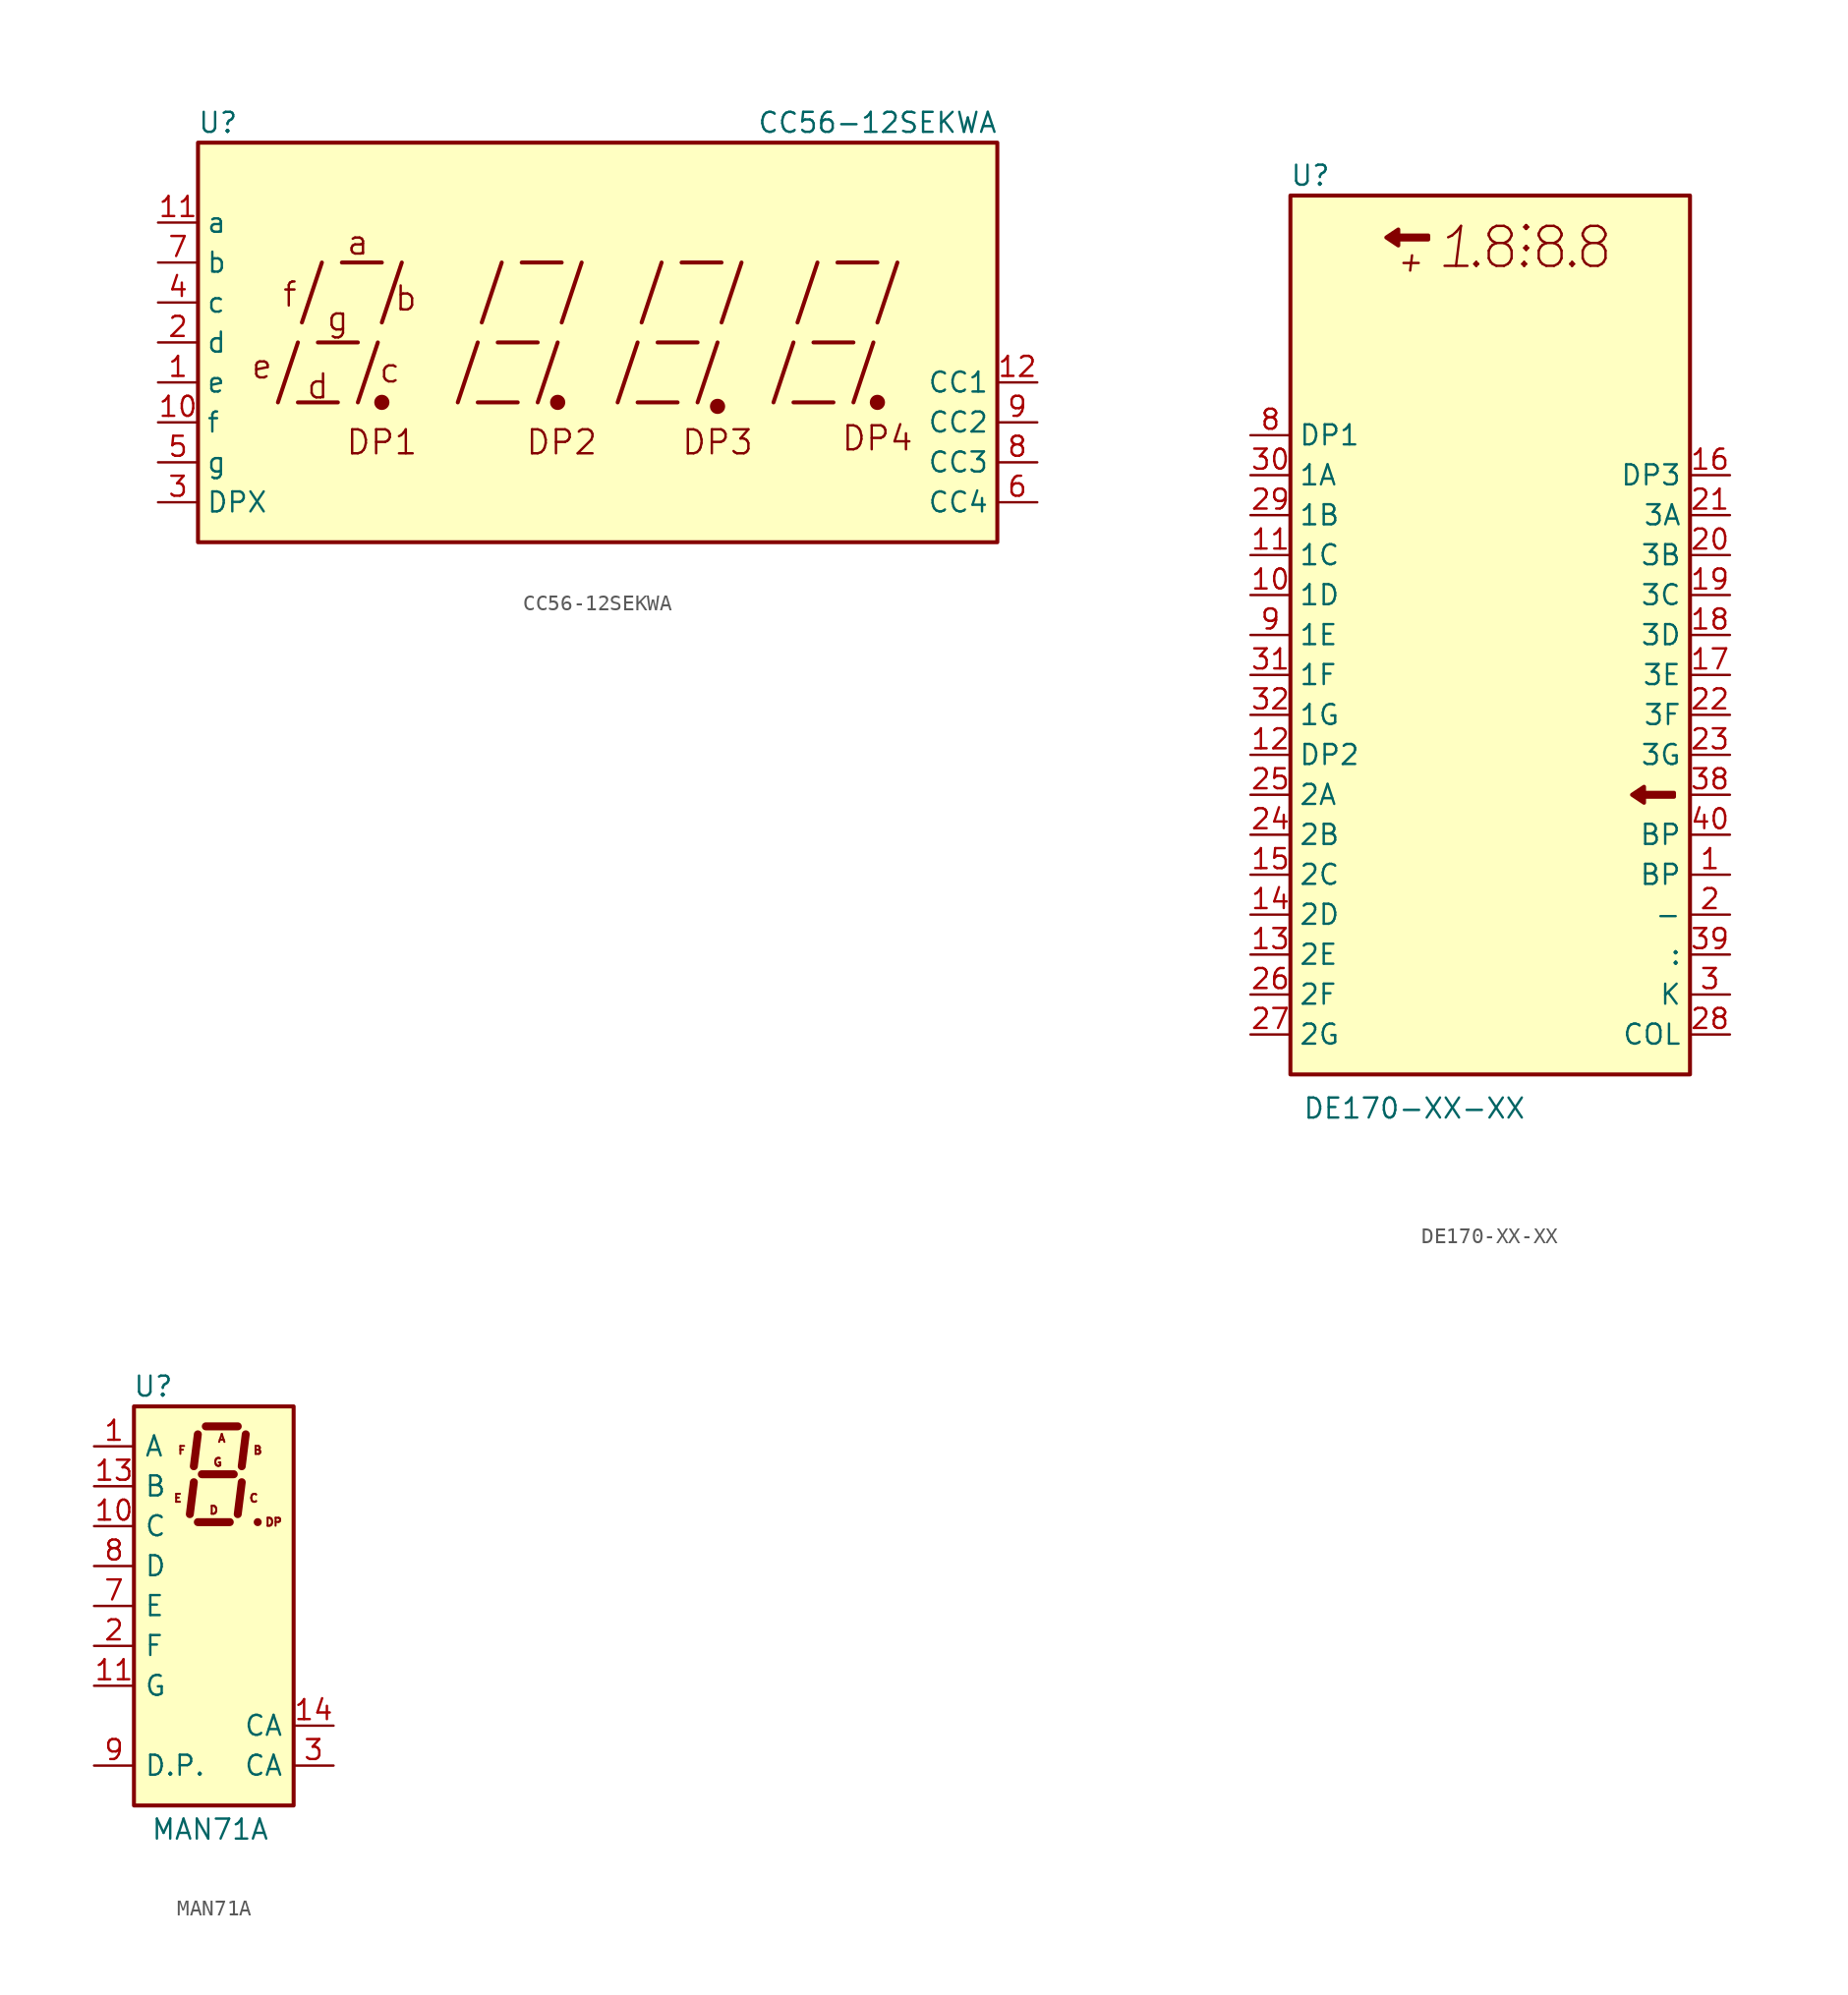
<source format=kicad_sym>
(kicad_symbol_lib
  (version 20200908)
  (generator kicad_symbol_editor)
  (symbol "Display_Character:CC56-12SEKWA"
    (property "Reference" "U"
      (at -24.13 13.97 0)
      (effects (font (size 1.27 1.27))))
    (property "Value" "CC56-12SEKWA"
      (at 17.78 13.97 0)
      (effects (font (size 1.27 1.27))))
    (symbol "CC56-12SEKWA_1_0"
      (circle (center 7.62 -4.064) (radius 0.356) (stroke (width 0.254)) (fill (type outline)))
      (circle (center 17.78 -3.81) (radius 0.356) (stroke (width 0.254)) (fill (type outline))))
    (symbol "CC56-12SEKWA_0_1"
      (circle (center -13.716 -3.81) (radius 0.356) (stroke (width 0.254)) (fill (type outline)))
      (circle (center -2.54 -3.81) (radius 0.356) (stroke (width 0.254)) (fill (type outline))))
    (symbol "CC56-12SEKWA_0_0"
      (text "a" (at -15.24 6.35 0) (effects (font (size 1.524 1.524))))
      (text "b" (at -12.192 2.794 0) (effects (font (size 1.524 1.524))))
      (text "c" (at -13.208 -1.778 0) (effects (font (size 1.524 1.524))))
      (text "d" (at -17.78 -2.794 0) (effects (font (size 1.524 1.524))))
      (text "DP1" (at -13.716 -6.35 0) (effects (font (size 1.524 1.524))))
      (text "DP2" (at -2.286 -6.35 0) (effects (font (size 1.524 1.524))))
      (text "DP3" (at 7.62 -6.35 0) (effects (font (size 1.524 1.524))))
      (text "DP4" (at 17.78 -6.096 0) (effects (font (size 1.524 1.524))))
      (text "e" (at -21.336 -1.524 0) (effects (font (size 1.524 1.524))))
      (text "f" (at -19.558 3.048 0) (effects (font (size 1.524 1.524))))
      (text "g" (at -16.51 1.524 0) (effects (font (size 1.524 1.524))))
      (rectangle (start -25.4 12.7) (end 25.4 -12.7) (stroke (width 0.254)) (fill (type background)))
      (polyline (pts (xy -20.32 -3.81) (xy -19.05 0)) (stroke (width 0.254)) (fill (type none)))
      (polyline (pts (xy -19.05 -3.81) (xy -16.51 -3.81)) (stroke (width 0.254)) (fill (type none)))
      (polyline (pts (xy -18.796 1.27) (xy -17.526 5.08)) (stroke (width 0.254)) (fill (type none)))
      (polyline (pts (xy -17.78 0) (xy -15.24 0)) (stroke (width 0.254)) (fill (type none)))
      (polyline (pts (xy -16.256 5.08) (xy -13.716 5.08)) (stroke (width 0.254)) (fill (type none)))
      (polyline (pts (xy -15.24 -3.81) (xy -13.97 0)) (stroke (width 0.254)) (fill (type none)))
      (polyline (pts (xy -13.716 1.27) (xy -12.446 5.08)) (stroke (width 0.254)) (fill (type none)))
      (polyline (pts (xy -8.89 -3.81) (xy -7.62 0)) (stroke (width 0.254)) (fill (type none)))
      (polyline (pts (xy -7.62 -3.81) (xy -5.08 -3.81)) (stroke (width 0.254)) (fill (type none)))
      (polyline (pts (xy -7.366 1.27) (xy -6.096 5.08)) (stroke (width 0.254)) (fill (type none)))
      (polyline (pts (xy -6.35 0) (xy -3.81 0)) (stroke (width 0.254)) (fill (type none)))
      (polyline (pts (xy -4.826 5.08) (xy -2.286 5.08)) (stroke (width 0.254)) (fill (type none)))
      (polyline (pts (xy -3.81 -3.81) (xy -2.54 0)) (stroke (width 0.254)) (fill (type none)))
      (polyline (pts (xy -2.286 1.27) (xy -1.016 5.08)) (stroke (width 0.254)) (fill (type none)))
      (polyline (pts (xy 1.27 -3.81) (xy 2.54 0)) (stroke (width 0.254)) (fill (type none)))
      (polyline (pts (xy 2.54 -3.81) (xy 5.08 -3.81)) (stroke (width 0.254)) (fill (type none)))
      (polyline (pts (xy 2.794 1.27) (xy 4.064 5.08)) (stroke (width 0.254)) (fill (type none)))
      (polyline (pts (xy 3.81 0) (xy 6.35 0)) (stroke (width 0.254)) (fill (type none)))
      (polyline (pts (xy 5.334 5.08) (xy 7.874 5.08)) (stroke (width 0.254)) (fill (type none)))
      (polyline (pts (xy 6.35 -3.81) (xy 7.62 0)) (stroke (width 0.254)) (fill (type none)))
      (polyline (pts (xy 7.874 1.27) (xy 9.144 5.08)) (stroke (width 0.254)) (fill (type none)))
      (polyline (pts (xy 11.176 -3.81) (xy 12.446 0)) (stroke (width 0.254)) (fill (type none)))
      (polyline (pts (xy 12.446 -3.81) (xy 14.986 -3.81)) (stroke (width 0.254)) (fill (type none)))
      (polyline (pts (xy 12.7 1.27) (xy 13.97 5.08)) (stroke (width 0.254)) (fill (type none)))
      (polyline (pts (xy 13.716 0) (xy 16.256 0)) (stroke (width 0.254)) (fill (type none)))
      (polyline (pts (xy 15.24 5.08) (xy 17.78 5.08)) (stroke (width 0.254)) (fill (type none)))
      (polyline (pts (xy 16.256 -3.81) (xy 17.526 0)) (stroke (width 0.254)) (fill (type none)))
      (polyline (pts (xy 17.78 1.27) (xy 19.05 5.08)) (stroke (width 0.254)) (fill (type none))))
    (symbol "CC56-12SEKWA_1_1"
      (pin input line (at -27.94 -2.54 0) (length 2.54) (name "e" (effects (font (size 1.27 1.27)))) (number "1" (effects (font (size 1.27 1.27)))))
      (pin input line (at -27.94 -5.08 0) (length 2.54) (name "f" (effects (font (size 1.27 1.27)))) (number "10" (effects (font (size 1.27 1.27)))))
      (pin input line (at -27.94 7.62 0) (length 2.54) (name "a" (effects (font (size 1.27 1.27)))) (number "11" (effects (font (size 1.27 1.27)))))
      (pin input line (at 27.94 -2.54 180) (length 2.54) (name "CC1" (effects (font (size 1.27 1.27)))) (number "12" (effects (font (size 1.27 1.27)))))
      (pin input line (at -27.94 0 0) (length 2.54) (name "d" (effects (font (size 1.27 1.27)))) (number "2" (effects (font (size 1.27 1.27)))))
      (pin input line (at -27.94 -10.16 0) (length 2.54) (name "DPX" (effects (font (size 1.27 1.27)))) (number "3" (effects (font (size 1.27 1.27)))))
      (pin input line (at -27.94 2.54 0) (length 2.54) (name "c" (effects (font (size 1.27 1.27)))) (number "4" (effects (font (size 1.27 1.27)))))
      (pin input line (at -27.94 -7.62 0) (length 2.54) (name "g" (effects (font (size 1.27 1.27)))) (number "5" (effects (font (size 1.27 1.27)))))
      (pin input line (at 27.94 -10.16 180) (length 2.54) (name "CC4" (effects (font (size 1.27 1.27)))) (number "6" (effects (font (size 1.27 1.27)))))
      (pin input line (at -27.94 5.08 0) (length 2.54) (name "b" (effects (font (size 1.27 1.27)))) (number "7" (effects (font (size 1.27 1.27)))))
      (pin input line (at 27.94 -7.62 180) (length 2.54) (name "CC3" (effects (font (size 1.27 1.27)))) (number "8" (effects (font (size 1.27 1.27)))))
      (pin input line (at 27.94 -5.08 180) (length 2.54) (name "CC2" (effects (font (size 1.27 1.27)))) (number "9" (effects (font (size 1.27 1.27)))))))
  (symbol "Display_Character:DE170-XX-XX"
    (property "Reference" "U"
      (at -11.43 29.21 0)
      (effects (font (size 1.27 1.27))))
    (property "Value" "DE170-XX-XX"
      (at -11.938 -30.099 0)
      (effects (font (size 1.27 1.27)) (justify left)))
    (symbol "DE170-XX-XX_0_0"
      (text "+" (at -5.08 23.749 0) (effects (font (size 1.27 1.27) italic)))
      (text "." (at -0.889 24.638 0) (effects (font (size 2.54 2.54))))
      (text "." (at 2.159 24.638 0) (effects (font (size 2.54 2.54))))
      (text "." (at 5.207 24.638 0) (effects (font (size 2.54 2.54))))
      (text "1" (at -2.159 24.638 0) (effects (font (size 2.54 2.54) italic)))
      (text "8" (at 0.635 24.638 0) (effects (font (size 2.54 2.54))))
      (text "8" (at 3.81 24.638 0) (effects (font (size 2.54 2.54))))
      (text "8" (at 6.604 24.638 0) (effects (font (size 2.54 2.54))))
      (text ":" (at 2.286 25.654 0) (effects (font (size 2.54 2.54)))))
    (symbol "DE170-XX-XX_0_1"
      (rectangle (start -12.7 27.94) (end 12.7 -27.94) (stroke (width 0.254)) (fill (type background)))
      (polyline (pts (xy -3.937 25.4) (xy -3.937 25.146) (xy -5.842 25.146) (xy -5.842 24.765) (xy -6.604 25.273) (xy -5.842 25.781) (xy -5.842 25.4) (xy -3.937 25.4)) (stroke (width 0.254)) (fill (type outline)))
      (polyline (pts (xy 11.684 -10.033) (xy 11.684 -10.287) (xy 9.779 -10.287) (xy 9.779 -10.668) (xy 9.017 -10.16) (xy 9.779 -9.652) (xy 9.779 -10.033) (xy 11.684 -10.033)) (stroke (width 0.254)) (fill (type outline))))
    (symbol "DE170-XX-XX_1_1"
      (pin input line (at 15.24 -15.24 180) (length 2.54) (name "BP" (effects (font (size 1.27 1.27)))) (number "1" (effects (font (size 1.27 1.27)))))
      (pin input line (at -15.24 2.54 0) (length 2.54) (name "1D" (effects (font (size 1.27 1.27)))) (number "10" (effects (font (size 1.27 1.27)))))
      (pin input line (at -15.24 5.08 0) (length 2.54) (name "1C" (effects (font (size 1.27 1.27)))) (number "11" (effects (font (size 1.27 1.27)))))
      (pin input line (at -15.24 -7.62 0) (length 2.54) (name "DP2" (effects (font (size 1.27 1.27)))) (number "12" (effects (font (size 1.27 1.27)))))
      (pin input line (at -15.24 -20.32 0) (length 2.54) (name "2E" (effects (font (size 1.27 1.27)))) (number "13" (effects (font (size 1.27 1.27)))))
      (pin input line (at -15.24 -17.78 0) (length 2.54) (name "2D" (effects (font (size 1.27 1.27)))) (number "14" (effects (font (size 1.27 1.27)))))
      (pin input line (at -15.24 -15.24 0) (length 2.54) (name "2C" (effects (font (size 1.27 1.27)))) (number "15" (effects (font (size 1.27 1.27)))))
      (pin input line (at 15.24 10.16 180) (length 2.54) (name "DP3" (effects (font (size 1.27 1.27)))) (number "16" (effects (font (size 1.27 1.27)))))
      (pin input line (at 15.24 -2.54 180) (length 2.54) (name "3E" (effects (font (size 1.27 1.27)))) (number "17" (effects (font (size 1.27 1.27)))))
      (pin input line (at 15.24 0 180) (length 2.54) (name "3D" (effects (font (size 1.27 1.27)))) (number "18" (effects (font (size 1.27 1.27)))))
      (pin input line (at 15.24 2.54 180) (length 2.54) (name "3C" (effects (font (size 1.27 1.27)))) (number "19" (effects (font (size 1.27 1.27)))))
      (pin input line (at 15.24 -17.78 180) (length 2.54) (name "-" (effects (font (size 1.27 1.27)))) (number "2" (effects (font (size 1.27 1.27)))))
      (pin input line (at 15.24 5.08 180) (length 2.54) (name "3B" (effects (font (size 1.27 1.27)))) (number "20" (effects (font (size 1.27 1.27)))))
      (pin input line (at 15.24 7.62 180) (length 2.54) (name "3A" (effects (font (size 1.27 1.27)))) (number "21" (effects (font (size 1.27 1.27)))))
      (pin input line (at 15.24 -5.08 180) (length 2.54) (name "3F" (effects (font (size 1.27 1.27)))) (number "22" (effects (font (size 1.27 1.27)))))
      (pin input line (at 15.24 -7.62 180) (length 2.54) (name "3G" (effects (font (size 1.27 1.27)))) (number "23" (effects (font (size 1.27 1.27)))))
      (pin input line (at -15.24 -12.7 0) (length 2.54) (name "2B" (effects (font (size 1.27 1.27)))) (number "24" (effects (font (size 1.27 1.27)))))
      (pin input line (at -15.24 -10.16 0) (length 2.54) (name "2A" (effects (font (size 1.27 1.27)))) (number "25" (effects (font (size 1.27 1.27)))))
      (pin input line (at -15.24 -22.86 0) (length 2.54) (name "2F" (effects (font (size 1.27 1.27)))) (number "26" (effects (font (size 1.27 1.27)))))
      (pin input line (at -15.24 -25.4 0) (length 2.54) (name "2G" (effects (font (size 1.27 1.27)))) (number "27" (effects (font (size 1.27 1.27)))))
      (pin input line (at 15.24 -25.4 180) (length 2.54) (name "COL" (effects (font (size 1.27 1.27)))) (number "28" (effects (font (size 1.27 1.27)))))
      (pin input line (at -15.24 7.62 0) (length 2.54) (name "1B" (effects (font (size 1.27 1.27)))) (number "29" (effects (font (size 1.27 1.27)))))
      (pin input line (at 15.24 -22.86 180) (length 2.54) (name "K" (effects (font (size 1.27 1.27)))) (number "3" (effects (font (size 1.27 1.27)))))
      (pin input line (at -15.24 10.16 0) (length 2.54) (name "1A" (effects (font (size 1.27 1.27)))) (number "30" (effects (font (size 1.27 1.27)))))
      (pin input line (at -15.24 -2.54 0) (length 2.54) (name "1F" (effects (font (size 1.27 1.27)))) (number "31" (effects (font (size 1.27 1.27)))))
      (pin input line (at -15.24 -5.08 0) (length 2.54) (name "1G" (effects (font (size 1.27 1.27)))) (number "32" (effects (font (size 1.27 1.27)))))
      (pin unconnected line (at 15.24 12.7 180) (length 2.54) hide (name "NC" (effects (font (size 1.27 1.27)))) (number "33" (effects (font (size 1.27 1.27)))))
      (pin unconnected line (at 15.24 15.24 180) (length 2.54) hide (name "NC" (effects (font (size 1.27 1.27)))) (number "34" (effects (font (size 1.27 1.27)))))
      (pin unconnected line (at 15.24 17.78 180) (length 2.54) hide (name "NC" (effects (font (size 1.27 1.27)))) (number "35" (effects (font (size 1.27 1.27)))))
      (pin unconnected line (at 15.24 20.32 180) (length 2.54) hide (name "NC" (effects (font (size 1.27 1.27)))) (number "36" (effects (font (size 1.27 1.27)))))
      (pin unconnected line (at 15.24 22.86 180) (length 2.54) hide (name "NC" (effects (font (size 1.27 1.27)))) (number "37" (effects (font (size 1.27 1.27)))))
      (pin input line (at 15.24 -10.16 180) (length 2.54) (name "~" (effects (font (size 1.27 1.27)))) (number "38" (effects (font (size 1.27 1.27)))))
      (pin input line (at 15.24 -20.32 180) (length 2.54) (name ":" (effects (font (size 1.27 1.27)))) (number "39" (effects (font (size 1.27 1.27)))))
      (pin unconnected line (at -15.24 22.86 0) (length 2.54) hide (name "NC" (effects (font (size 1.27 1.27)))) (number "4" (effects (font (size 1.27 1.27)))))
      (pin input line (at 15.24 -12.7 180) (length 2.54) (name "BP" (effects (font (size 1.27 1.27)))) (number "40" (effects (font (size 1.27 1.27)))))
      (pin unconnected line (at -15.24 20.32 0) (length 2.54) hide (name "NC" (effects (font (size 1.27 1.27)))) (number "5" (effects (font (size 1.27 1.27)))))
      (pin unconnected line (at -15.24 17.78 0) (length 2.54) hide (name "NC" (effects (font (size 1.27 1.27)))) (number "6" (effects (font (size 1.27 1.27)))))
      (pin unconnected line (at -15.24 15.24 0) (length 2.54) hide (name "NC" (effects (font (size 1.27 1.27)))) (number "7" (effects (font (size 1.27 1.27)))))
      (pin input line (at -15.24 12.7 0) (length 2.54) (name "DP1" (effects (font (size 1.27 1.27)))) (number "8" (effects (font (size 1.27 1.27)))))
      (pin input line (at -15.24 0 0) (length 2.54) (name "1E" (effects (font (size 1.27 1.27)))) (number "9" (effects (font (size 1.27 1.27)))))))
  (symbol "Display_Character:MAN71A"
    (pin_names
      (offset 0.635))
    (property "Reference" "U"
      (at -2.54 13.97 0)
      (effects (font (size 1.27 1.27)) (justify right)))
    (property "Value" "MAN71A"
      (at 3.556 -14.224 0)
      (effects (font (size 1.27 1.27)) (justify right)))
    (symbol "MAN71A_0_0"
      (text "A" (at 0.508 10.668 0) (effects (font (size 0.508 0.508))))
      (text "B" (at 2.794 9.906 0) (effects (font (size 0.508 0.508))))
      (text "C" (at 2.54 6.858 0) (effects (font (size 0.508 0.508))))
      (text "D" (at 0 6.096 0) (effects (font (size 0.508 0.508))))
      (text "DP" (at 3.81 5.334 0) (effects (font (size 0.508 0.508))))
      (text "E" (at -2.286 6.858 0) (effects (font (size 0.508 0.508))))
      (text "F" (at -2.032 9.906 0) (effects (font (size 0.508 0.508))))
      (text "G" (at 0.254 9.144 0) (effects (font (size 0.508 0.508)))))
    (symbol "MAN71A_0_1"
      (rectangle (start -5.08 12.7) (end 5.08 -12.7) (stroke (width 0.254)) (fill (type background)))
      (polyline (pts (xy -1.27 7.874) (xy -1.524 5.842)) (stroke (width 0.508)) (fill (type none)))
      (polyline (pts (xy -1.016 5.334) (xy 1.016 5.334)) (stroke (width 0.508)) (fill (type none)))
      (polyline (pts (xy -1.016 10.922) (xy -1.27 8.89)) (stroke (width 0.508)) (fill (type none)))
      (polyline (pts (xy -0.762 8.382) (xy 1.27 8.382)) (stroke (width 0.508)) (fill (type none)))
      (polyline (pts (xy -0.508 11.43) (xy 1.524 11.43)) (stroke (width 0.508)) (fill (type none)))
      (polyline (pts (xy 1.778 7.874) (xy 1.524 5.842)) (stroke (width 0.508)) (fill (type none)))
      (polyline (pts (xy 2.032 10.922) (xy 1.778 8.89)) (stroke (width 0.508)) (fill (type none)))
      (polyline (pts (xy 2.794 5.334) (xy 2.794 5.334)) (stroke (width 0.508)) (fill (type none))))
    (symbol "MAN71A_1_1"
      (pin input line (at -7.62 10.16 0) (length 2.54) (name "A" (effects (font (size 1.27 1.27)))) (number "1" (effects (font (size 1.27 1.27)))))
      (pin input line (at -7.62 5.08 0) (length 2.54) (name "C" (effects (font (size 1.27 1.27)))) (number "10" (effects (font (size 1.27 1.27)))))
      (pin input line (at -7.62 -5.08 0) (length 2.54) (name "G" (effects (font (size 1.27 1.27)))) (number "11" (effects (font (size 1.27 1.27)))))
      (pin unconnected line (at 7.62 -5.08 180) (length 2.54) hide (name "NC" (effects (font (size 1.27 1.27)))) (number "12" (effects (font (size 1.27 1.27)))))
      (pin input line (at -7.62 7.62 0) (length 2.54) (name "B" (effects (font (size 1.27 1.27)))) (number "13" (effects (font (size 1.27 1.27)))))
      (pin input line (at 7.62 -7.62 180) (length 2.54) (name "CA" (effects (font (size 1.27 1.27)))) (number "14" (effects (font (size 1.27 1.27)))))
      (pin input line (at -7.62 -2.54 0) (length 2.54) (name "F" (effects (font (size 1.27 1.27)))) (number "2" (effects (font (size 1.27 1.27)))))
      (pin input line (at 7.62 -10.16 180) (length 2.54) (name "CA" (effects (font (size 1.27 1.27)))) (number "3" (effects (font (size 1.27 1.27)))))
      (pin unconnected line (at 7.62 2.54 180) (length 2.54) hide (name "NC" (effects (font (size 1.27 1.27)))) (number "4" (effects (font (size 1.27 1.27)))))
      (pin unconnected line (at 7.62 0 180) (length 2.54) hide (name "NC" (effects (font (size 1.27 1.27)))) (number "5" (effects (font (size 1.27 1.27)))))
      (pin unconnected line (at 7.62 -2.54 180) (length 2.54) hide (name "NC" (effects (font (size 1.27 1.27)))) (number "6" (effects (font (size 1.27 1.27)))))
      (pin input line (at -7.62 0 0) (length 2.54) (name "E" (effects (font (size 1.27 1.27)))) (number "7" (effects (font (size 1.27 1.27)))))
      (pin input line (at -7.62 2.54 0) (length 2.54) (name "D" (effects (font (size 1.27 1.27)))) (number "8" (effects (font (size 1.27 1.27)))))
      (pin input line (at -7.62 -10.16 0) (length 2.54) (name "D.P." (effects (font (size 1.27 1.27)))) (number "9" (effects (font (size 1.27 1.27))))))))
</source>
